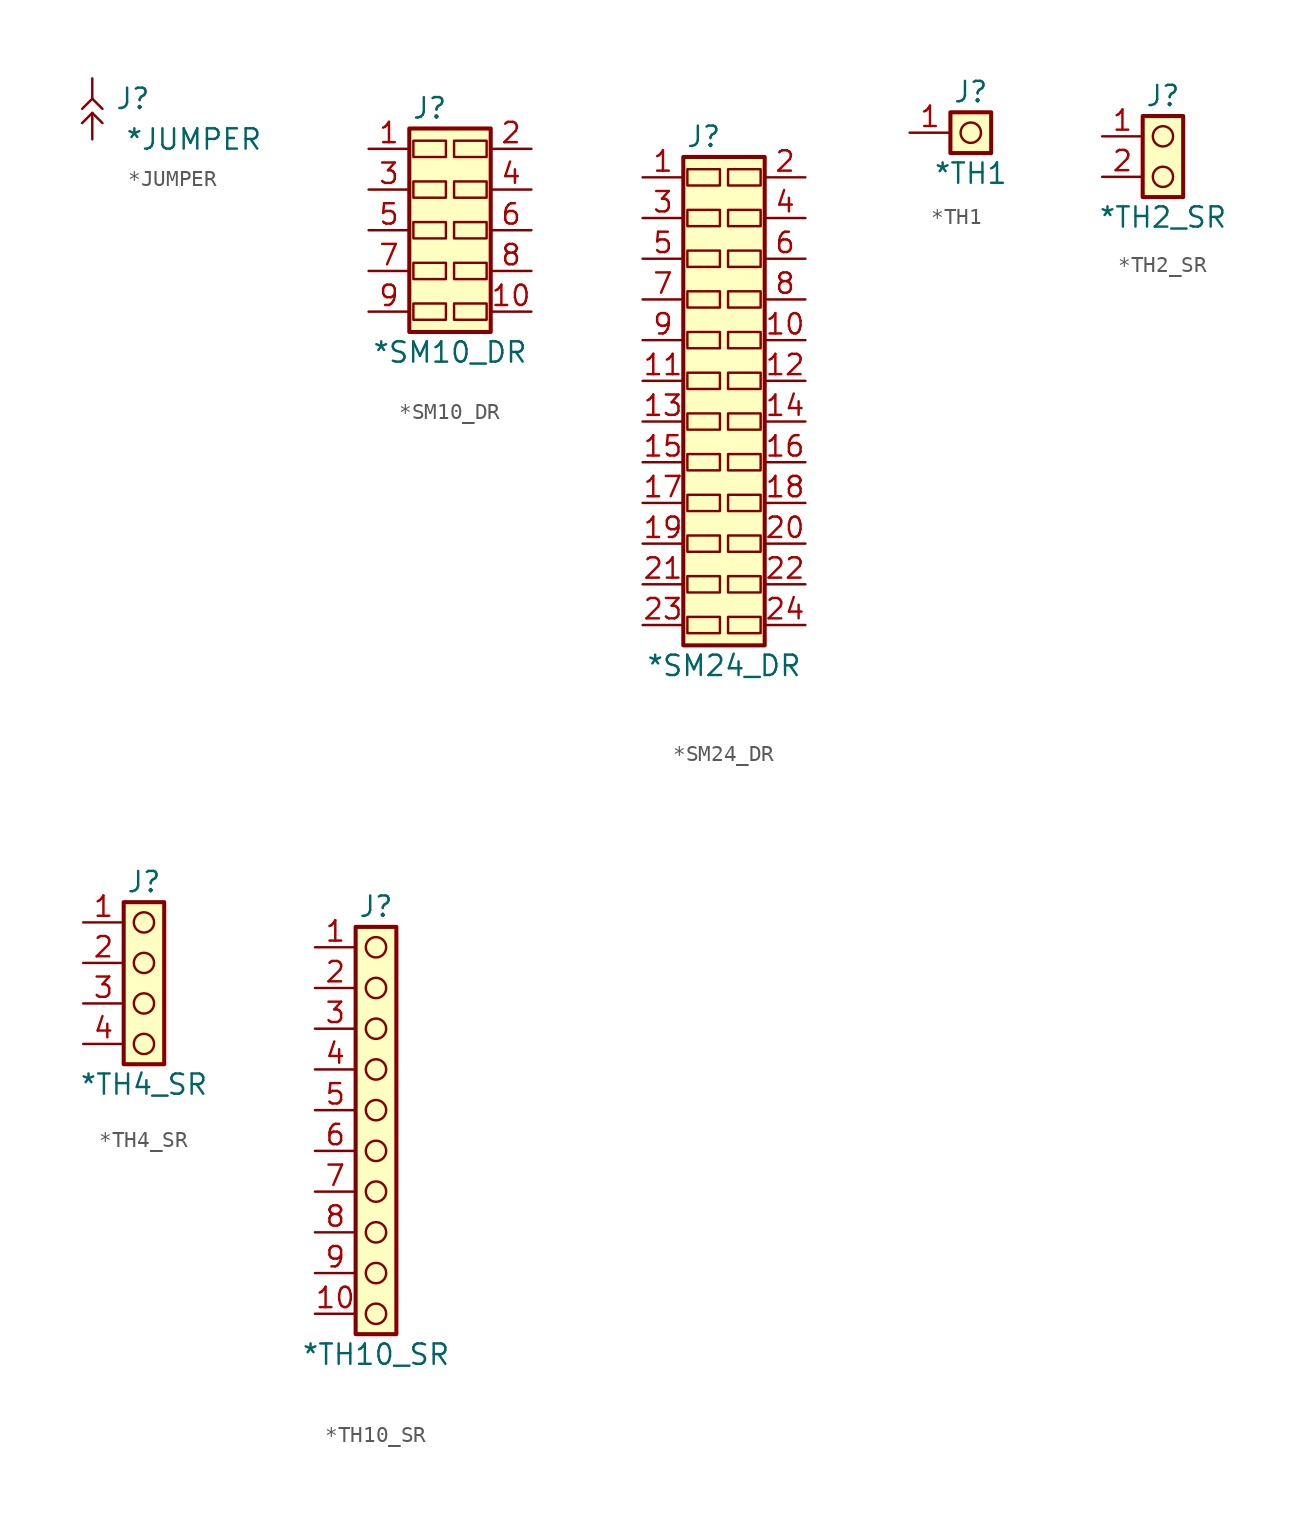
<source format=kicad_sym>
(kicad_symbol_lib
  (version 20211014)
  (generator kicad_symbol_editor)
  (symbol "*JUMPER"
    (pin_numbers hide)
    (pin_names
      (offset 0) hide)
    (property "Reference" "J"
      (at 2.54 -1.27 0)
      (effects (font (size 1.27 1.27))))
    (property "Value" "*JUMPER"
      (at 6.35 -3.81 0)
      (effects (font (size 1.27 1.27))))
    (symbol "*JUMPER_0_1"
      (polyline (pts (xy 0 -2.54) (xy 0 -2.286)) (stroke (width 0) (type default) (color 0 0 0 0)) (fill (type none)))
      (polyline (pts (xy 0 -2.159) (xy -0.635 -2.794)) (stroke (width 0) (type default) (color 0 0 0 0)) (fill (type none)))
      (polyline (pts (xy 0 -2.159) (xy 0.635 -2.794)) (stroke (width 0) (type default) (color 0 0 0 0)) (fill (type none)))
      (polyline (pts (xy 0 -1.27) (xy -0.635 -1.905)) (stroke (width 0) (type default) (color 0 0 0 0)) (fill (type none)))
      (polyline (pts (xy 0 -1.27) (xy 0.635 -1.905)) (stroke (width 0) (type default) (color 0 0 0 0)) (fill (type none))))
    (symbol "*JUMPER_1_1"
      (pin passive line (at 0 0 270) (length 1.27) (name "1" (effects (font (size 1.27 1.27)))) (number "1" (effects (font (size 1.27 1.27)))))
      (pin passive line (at 0 -3.81 90) (length 1.27) (name "2" (effects (font (size 1.27 1.27)))) (number "2" (effects (font (size 1.27 1.27)))))))
  (symbol "*SM10_DR"
    (pin_names hide)
    (property "Reference" "J"
      (at 3.81 2.54 0)
      (effects (font (size 1.27 1.27))))
    (property "Value" "*SM10_DR"
      (at 5.08 -12.7 0)
      (effects (font (size 1.27 1.27))))
    (symbol "*SM10_DR_0_1"
      (rectangle (start 2.794 0.508) (end 4.826 -0.508) (stroke (width 0) (type default) (color 0 0 0 0)) (fill (type none))))
    (symbol "*SM10_DR_1_1"
      (rectangle (start 2.54 1.27) (end 7.62 -11.43) (stroke (width 0.254) (type default) (color 0 0 0 0)) (fill (type background)))
      (rectangle (start 2.794 -9.652) (end 4.826 -10.668) (stroke (width 0) (type default) (color 0 0 0 0)) (fill (type none)))
      (rectangle (start 2.794 -7.112) (end 4.826 -8.128) (stroke (width 0) (type default) (color 0 0 0 0)) (fill (type none)))
      (rectangle (start 2.794 -4.572) (end 4.826 -5.588) (stroke (width 0) (type default) (color 0 0 0 0)) (fill (type none)))
      (rectangle (start 2.794 -2.032) (end 4.826 -3.048) (stroke (width 0) (type default) (color 0 0 0 0)) (fill (type none)))
      (rectangle (start 5.334 -9.652) (end 7.366 -10.668) (stroke (width 0) (type default) (color 0 0 0 0)) (fill (type none)))
      (rectangle (start 5.334 -7.112) (end 7.366 -8.128) (stroke (width 0) (type default) (color 0 0 0 0)) (fill (type none)))
      (rectangle (start 5.334 -4.572) (end 7.366 -5.588) (stroke (width 0) (type default) (color 0 0 0 0)) (fill (type none)))
      (rectangle (start 5.334 -2.032) (end 7.366 -3.048) (stroke (width 0) (type default) (color 0 0 0 0)) (fill (type none)))
      (rectangle (start 5.334 0.508) (end 7.366 -0.508) (stroke (width 0) (type default) (color 0 0 0 0)) (fill (type none)))
      (pin passive line (at 0 0 0) (length 2.54) (name "1" (effects (font (size 1.27 1.27)))) (number "1" (effects (font (size 1.27 1.27)))))
      (pin passive line (at 10.16 -10.16 180) (length 2.54) (name "10" (effects (font (size 1.27 1.27)))) (number "10" (effects (font (size 1.27 1.27)))))
      (pin passive line (at 10.16 0 180) (length 2.54) (name "2" (effects (font (size 1.27 1.27)))) (number "2" (effects (font (size 1.27 1.27)))))
      (pin passive line (at 0 -2.54 0) (length 2.54) (name "3" (effects (font (size 1.27 1.27)))) (number "3" (effects (font (size 1.27 1.27)))))
      (pin passive line (at 10.16 -2.54 180) (length 2.54) (name "4" (effects (font (size 1.27 1.27)))) (number "4" (effects (font (size 1.27 1.27)))))
      (pin passive line (at 0 -5.08 0) (length 2.54) (name "5" (effects (font (size 1.27 1.27)))) (number "5" (effects (font (size 1.27 1.27)))))
      (pin passive line (at 10.16 -5.08 180) (length 2.54) (name "6" (effects (font (size 1.27 1.27)))) (number "6" (effects (font (size 1.27 1.27)))))
      (pin passive line (at 0 -7.62 0) (length 2.54) (name "7" (effects (font (size 1.27 1.27)))) (number "7" (effects (font (size 1.27 1.27)))))
      (pin passive line (at 10.16 -7.62 180) (length 2.54) (name "8" (effects (font (size 1.27 1.27)))) (number "8" (effects (font (size 1.27 1.27)))))
      (pin passive line (at 0 -10.16 0) (length 2.54) (name "9" (effects (font (size 1.27 1.27)))) (number "9" (effects (font (size 1.27 1.27)))))))
  (symbol "*SM24_DR"
    (pin_names hide)
    (property "Reference" "J"
      (at 3.81 2.54 0)
      (effects (font (size 1.27 1.27))))
    (property "Value" "*SM24_DR"
      (at 5.08 -30.48 0)
      (effects (font (size 1.27 1.27))))
    (symbol "*SM24_DR_0_1"
      (rectangle (start 2.794 -12.192) (end 4.826 -13.208) (stroke (width 0) (type default) (color 0 0 0 0)) (fill (type none)))
      (rectangle (start 2.794 0.508) (end 4.826 -0.508) (stroke (width 0) (type default) (color 0 0 0 0)) (fill (type none))))
    (symbol "*SM24_DR_1_1"
      (rectangle (start 2.54 1.27) (end 7.62 -29.21) (stroke (width 0.254) (type default) (color 0 0 0 0)) (fill (type background)))
      (rectangle (start 2.794 -27.432) (end 4.826 -28.448) (stroke (width 0) (type default) (color 0 0 0 0)) (fill (type none)))
      (rectangle (start 2.794 -24.892) (end 4.826 -25.908) (stroke (width 0) (type default) (color 0 0 0 0)) (fill (type none)))
      (rectangle (start 2.794 -22.352) (end 4.826 -23.368) (stroke (width 0) (type default) (color 0 0 0 0)) (fill (type none)))
      (rectangle (start 2.794 -19.812) (end 4.826 -20.828) (stroke (width 0) (type default) (color 0 0 0 0)) (fill (type none)))
      (rectangle (start 2.794 -17.272) (end 4.826 -18.288) (stroke (width 0) (type default) (color 0 0 0 0)) (fill (type none)))
      (rectangle (start 2.794 -14.732) (end 4.826 -15.748) (stroke (width 0) (type default) (color 0 0 0 0)) (fill (type none)))
      (rectangle (start 2.794 -9.652) (end 4.826 -10.668) (stroke (width 0) (type default) (color 0 0 0 0)) (fill (type none)))
      (rectangle (start 2.794 -7.112) (end 4.826 -8.128) (stroke (width 0) (type default) (color 0 0 0 0)) (fill (type none)))
      (rectangle (start 2.794 -4.572) (end 4.826 -5.588) (stroke (width 0) (type default) (color 0 0 0 0)) (fill (type none)))
      (rectangle (start 2.794 -2.032) (end 4.826 -3.048) (stroke (width 0) (type default) (color 0 0 0 0)) (fill (type none)))
      (rectangle (start 5.334 -27.432) (end 7.366 -28.448) (stroke (width 0) (type default) (color 0 0 0 0)) (fill (type none)))
      (rectangle (start 5.334 -24.892) (end 7.366 -25.908) (stroke (width 0) (type default) (color 0 0 0 0)) (fill (type none)))
      (rectangle (start 5.334 -22.352) (end 7.366 -23.368) (stroke (width 0) (type default) (color 0 0 0 0)) (fill (type none)))
      (rectangle (start 5.334 -19.812) (end 7.366 -20.828) (stroke (width 0) (type default) (color 0 0 0 0)) (fill (type none)))
      (rectangle (start 5.334 -17.272) (end 7.366 -18.288) (stroke (width 0) (type default) (color 0 0 0 0)) (fill (type none)))
      (rectangle (start 5.334 -14.732) (end 7.366 -15.748) (stroke (width 0) (type default) (color 0 0 0 0)) (fill (type none)))
      (rectangle (start 5.334 -12.192) (end 7.366 -13.208) (stroke (width 0) (type default) (color 0 0 0 0)) (fill (type none)))
      (rectangle (start 5.334 -9.652) (end 7.366 -10.668) (stroke (width 0) (type default) (color 0 0 0 0)) (fill (type none)))
      (rectangle (start 5.334 -7.112) (end 7.366 -8.128) (stroke (width 0) (type default) (color 0 0 0 0)) (fill (type none)))
      (rectangle (start 5.334 -4.572) (end 7.366 -5.588) (stroke (width 0) (type default) (color 0 0 0 0)) (fill (type none)))
      (rectangle (start 5.334 -2.032) (end 7.366 -3.048) (stroke (width 0) (type default) (color 0 0 0 0)) (fill (type none)))
      (rectangle (start 5.334 0.508) (end 7.366 -0.508) (stroke (width 0) (type default) (color 0 0 0 0)) (fill (type none)))
      (pin passive line (at 0 0 0) (length 2.54) (name "1" (effects (font (size 1.27 1.27)))) (number "1" (effects (font (size 1.27 1.27)))))
      (pin passive line (at 10.16 -10.16 180) (length 2.54) (name "10" (effects (font (size 1.27 1.27)))) (number "10" (effects (font (size 1.27 1.27)))))
      (pin passive line (at 0 -12.7 0) (length 2.54) (name "11" (effects (font (size 1.27 1.27)))) (number "11" (effects (font (size 1.27 1.27)))))
      (pin passive line (at 10.16 -12.7 180) (length 2.54) (name "12" (effects (font (size 1.27 1.27)))) (number "12" (effects (font (size 1.27 1.27)))))
      (pin passive line (at 0 -15.24 0) (length 2.54) (name "13" (effects (font (size 1.27 1.27)))) (number "13" (effects (font (size 1.27 1.27)))))
      (pin passive line (at 10.16 -15.24 180) (length 2.54) (name "14" (effects (font (size 1.27 1.27)))) (number "14" (effects (font (size 1.27 1.27)))))
      (pin passive line (at 0 -17.78 0) (length 2.54) (name "15" (effects (font (size 1.27 1.27)))) (number "15" (effects (font (size 1.27 1.27)))))
      (pin passive line (at 10.16 -17.78 180) (length 2.54) (name "16" (effects (font (size 1.27 1.27)))) (number "16" (effects (font (size 1.27 1.27)))))
      (pin passive line (at 0 -20.32 0) (length 2.54) (name "17" (effects (font (size 1.27 1.27)))) (number "17" (effects (font (size 1.27 1.27)))))
      (pin passive line (at 10.16 -20.32 180) (length 2.54) (name "18" (effects (font (size 1.27 1.27)))) (number "18" (effects (font (size 1.27 1.27)))))
      (pin passive line (at 0 -22.86 0) (length 2.54) (name "19" (effects (font (size 1.27 1.27)))) (number "19" (effects (font (size 1.27 1.27)))))
      (pin passive line (at 10.16 0 180) (length 2.54) (name "2" (effects (font (size 1.27 1.27)))) (number "2" (effects (font (size 1.27 1.27)))))
      (pin passive line (at 10.16 -22.86 180) (length 2.54) (name "20" (effects (font (size 1.27 1.27)))) (number "20" (effects (font (size 1.27 1.27)))))
      (pin passive line (at 0 -25.4 0) (length 2.54) (name "21" (effects (font (size 1.27 1.27)))) (number "21" (effects (font (size 1.27 1.27)))))
      (pin passive line (at 10.16 -25.4 180) (length 2.54) (name "22" (effects (font (size 1.27 1.27)))) (number "22" (effects (font (size 1.27 1.27)))))
      (pin passive line (at 0 -27.94 0) (length 2.54) (name "23" (effects (font (size 1.27 1.27)))) (number "23" (effects (font (size 1.27 1.27)))))
      (pin passive line (at 10.16 -27.94 180) (length 2.54) (name "24" (effects (font (size 1.27 1.27)))) (number "24" (effects (font (size 1.27 1.27)))))
      (pin passive line (at 0 -2.54 0) (length 2.54) (name "3" (effects (font (size 1.27 1.27)))) (number "3" (effects (font (size 1.27 1.27)))))
      (pin passive line (at 10.16 -2.54 180) (length 2.54) (name "4" (effects (font (size 1.27 1.27)))) (number "4" (effects (font (size 1.27 1.27)))))
      (pin passive line (at 0 -5.08 0) (length 2.54) (name "5" (effects (font (size 1.27 1.27)))) (number "5" (effects (font (size 1.27 1.27)))))
      (pin passive line (at 10.16 -5.08 180) (length 2.54) (name "6" (effects (font (size 1.27 1.27)))) (number "6" (effects (font (size 1.27 1.27)))))
      (pin passive line (at 0 -7.62 0) (length 2.54) (name "7" (effects (font (size 1.27 1.27)))) (number "7" (effects (font (size 1.27 1.27)))))
      (pin passive line (at 10.16 -7.62 180) (length 2.54) (name "8" (effects (font (size 1.27 1.27)))) (number "8" (effects (font (size 1.27 1.27)))))
      (pin passive line (at 0 -10.16 0) (length 2.54) (name "9" (effects (font (size 1.27 1.27)))) (number "9" (effects (font (size 1.27 1.27)))))))
  (symbol "*TH1"
    (pin_names hide)
    (property "Reference" "J"
      (at 3.81 2.54 0)
      (effects (font (size 1.27 1.27))))
    (property "Value" "*TH1"
      (at 3.81 -2.54 0)
      (effects (font (size 1.27 1.27))))
    (symbol "*TH1_0_1"
      (circle (center 3.81 0) (radius 0.635) (stroke (width 0) (type default) (color 0 0 0 0)) (fill (type none))))
    (symbol "*TH1_1_1"
      (rectangle (start 2.54 1.27) (end 5.08 -1.27) (stroke (width 0.254) (type default) (color 0 0 0 0)) (fill (type background)))
      (pin passive line (at 0 0 0) (length 2.54) (name "1" (effects (font (size 1.27 1.27)))) (number "1" (effects (font (size 1.27 1.27)))))))
  (symbol "*TH2_SR"
    (pin_names hide)
    (property "Reference" "J"
      (at 3.81 2.54 0)
      (effects (font (size 1.27 1.27))))
    (property "Value" "*TH2_SR"
      (at 3.81 -5.08 0)
      (effects (font (size 1.27 1.27))))
    (symbol "*TH2_SR_0_1"
      (circle (center 3.81 -2.54) (radius 0.635) (stroke (width 0) (type default) (color 0 0 0 0)) (fill (type none)))
      (circle (center 3.81 0) (radius 0.635) (stroke (width 0) (type default) (color 0 0 0 0)) (fill (type none))))
    (symbol "*TH2_SR_1_1"
      (rectangle (start 2.54 1.27) (end 5.08 -3.81) (stroke (width 0.254) (type default) (color 0 0 0 0)) (fill (type background)))
      (pin passive line (at 0 0 0) (length 2.54) (name "1" (effects (font (size 1.27 1.27)))) (number "1" (effects (font (size 1.27 1.27)))))
      (pin passive line (at 0 -2.54 0) (length 2.54) (name "2" (effects (font (size 1.27 1.27)))) (number "2" (effects (font (size 1.27 1.27)))))))
  (symbol "*TH4_SR"
    (pin_names hide)
    (property "Reference" "J"
      (at 3.81 2.54 0)
      (effects (font (size 1.27 1.27))))
    (property "Value" "*TH4_SR"
      (at 3.81 -10.16 0)
      (effects (font (size 1.27 1.27))))
    (symbol "*TH4_SR_0_1"
      (circle (center 3.81 -7.62) (radius 0.635) (stroke (width 0) (type default) (color 0 0 0 0)) (fill (type none)))
      (circle (center 3.81 -5.08) (radius 0.635) (stroke (width 0) (type default) (color 0 0 0 0)) (fill (type none)))
      (circle (center 3.81 -2.54) (radius 0.635) (stroke (width 0) (type default) (color 0 0 0 0)) (fill (type none)))
      (circle (center 3.81 0) (radius 0.635) (stroke (width 0) (type default) (color 0 0 0 0)) (fill (type none))))
    (symbol "*TH4_SR_1_1"
      (rectangle (start 2.54 1.27) (end 5.08 -8.89) (stroke (width 0.254) (type default) (color 0 0 0 0)) (fill (type background)))
      (pin passive line (at 0 0 0) (length 2.54) (name "1" (effects (font (size 1.27 1.27)))) (number "1" (effects (font (size 1.27 1.27)))))
      (pin passive line (at 0 -2.54 0) (length 2.54) (name "2" (effects (font (size 1.27 1.27)))) (number "2" (effects (font (size 1.27 1.27)))))
      (pin passive line (at 0 -5.08 0) (length 2.54) (name "3" (effects (font (size 1.27 1.27)))) (number "3" (effects (font (size 1.27 1.27)))))
      (pin passive line (at 0 -7.62 0) (length 2.54) (name "4" (effects (font (size 1.27 1.27)))) (number "4" (effects (font (size 1.27 1.27)))))))
  (symbol "*TH10_SR"
    (pin_names hide)
    (property "Reference" "J"
      (at 3.81 2.54 0)
      (effects (font (size 1.27 1.27))))
    (property "Value" "*TH10_SR"
      (at 3.81 -25.4 0)
      (effects (font (size 1.27 1.27))))
    (symbol "*TH10_SR_0_1"
      (circle (center 3.81 -22.86) (radius 0.635) (stroke (width 0) (type default) (color 0 0 0 0)) (fill (type none)))
      (circle (center 3.81 -20.32) (radius 0.635) (stroke (width 0) (type default) (color 0 0 0 0)) (fill (type none)))
      (circle (center 3.81 -17.78) (radius 0.635) (stroke (width 0) (type default) (color 0 0 0 0)) (fill (type none)))
      (circle (center 3.81 -15.24) (radius 0.635) (stroke (width 0) (type default) (color 0 0 0 0)) (fill (type none)))
      (circle (center 3.81 -12.7) (radius 0.635) (stroke (width 0) (type default) (color 0 0 0 0)) (fill (type none)))
      (circle (center 3.81 -10.16) (radius 0.635) (stroke (width 0) (type default) (color 0 0 0 0)) (fill (type none)))
      (circle (center 3.81 -7.62) (radius 0.635) (stroke (width 0) (type default) (color 0 0 0 0)) (fill (type none)))
      (circle (center 3.81 -5.08) (radius 0.635) (stroke (width 0) (type default) (color 0 0 0 0)) (fill (type none)))
      (circle (center 3.81 -2.54) (radius 0.635) (stroke (width 0) (type default) (color 0 0 0 0)) (fill (type none)))
      (circle (center 3.81 0) (radius 0.635) (stroke (width 0) (type default) (color 0 0 0 0)) (fill (type none))))
    (symbol "*TH10_SR_1_1"
      (rectangle (start 2.54 1.27) (end 5.08 -24.13) (stroke (width 0.254) (type default) (color 0 0 0 0)) (fill (type background)))
      (pin passive line (at 0 0 0) (length 2.54) (name "1" (effects (font (size 1.27 1.27)))) (number "1" (effects (font (size 1.27 1.27)))))
      (pin passive line (at 0 -22.86 0) (length 2.54) (name "10" (effects (font (size 1.27 1.27)))) (number "10" (effects (font (size 1.27 1.27)))))
      (pin passive line (at 0 -2.54 0) (length 2.54) (name "2" (effects (font (size 1.27 1.27)))) (number "2" (effects (font (size 1.27 1.27)))))
      (pin passive line (at 0 -5.08 0) (length 2.54) (name "3" (effects (font (size 1.27 1.27)))) (number "3" (effects (font (size 1.27 1.27)))))
      (pin passive line (at 0 -7.62 0) (length 2.54) (name "4" (effects (font (size 1.27 1.27)))) (number "4" (effects (font (size 1.27 1.27)))))
      (pin passive line (at 0 -10.16 0) (length 2.54) (name "5" (effects (font (size 1.27 1.27)))) (number "5" (effects (font (size 1.27 1.27)))))
      (pin passive line (at 0 -12.7 0) (length 2.54) (name "6" (effects (font (size 1.27 1.27)))) (number "6" (effects (font (size 1.27 1.27)))))
      (pin passive line (at 0 -15.24 0) (length 2.54) (name "7" (effects (font (size 1.27 1.27)))) (number "7" (effects (font (size 1.27 1.27)))))
      (pin passive line (at 0 -17.78 0) (length 2.54) (name "8" (effects (font (size 1.27 1.27)))) (number "8" (effects (font (size 1.27 1.27)))))
      (pin passive line (at 0 -20.32 0) (length 2.54) (name "9" (effects (font (size 1.27 1.27)))) (number "9" (effects (font (size 1.27 1.27))))))))
</source>
